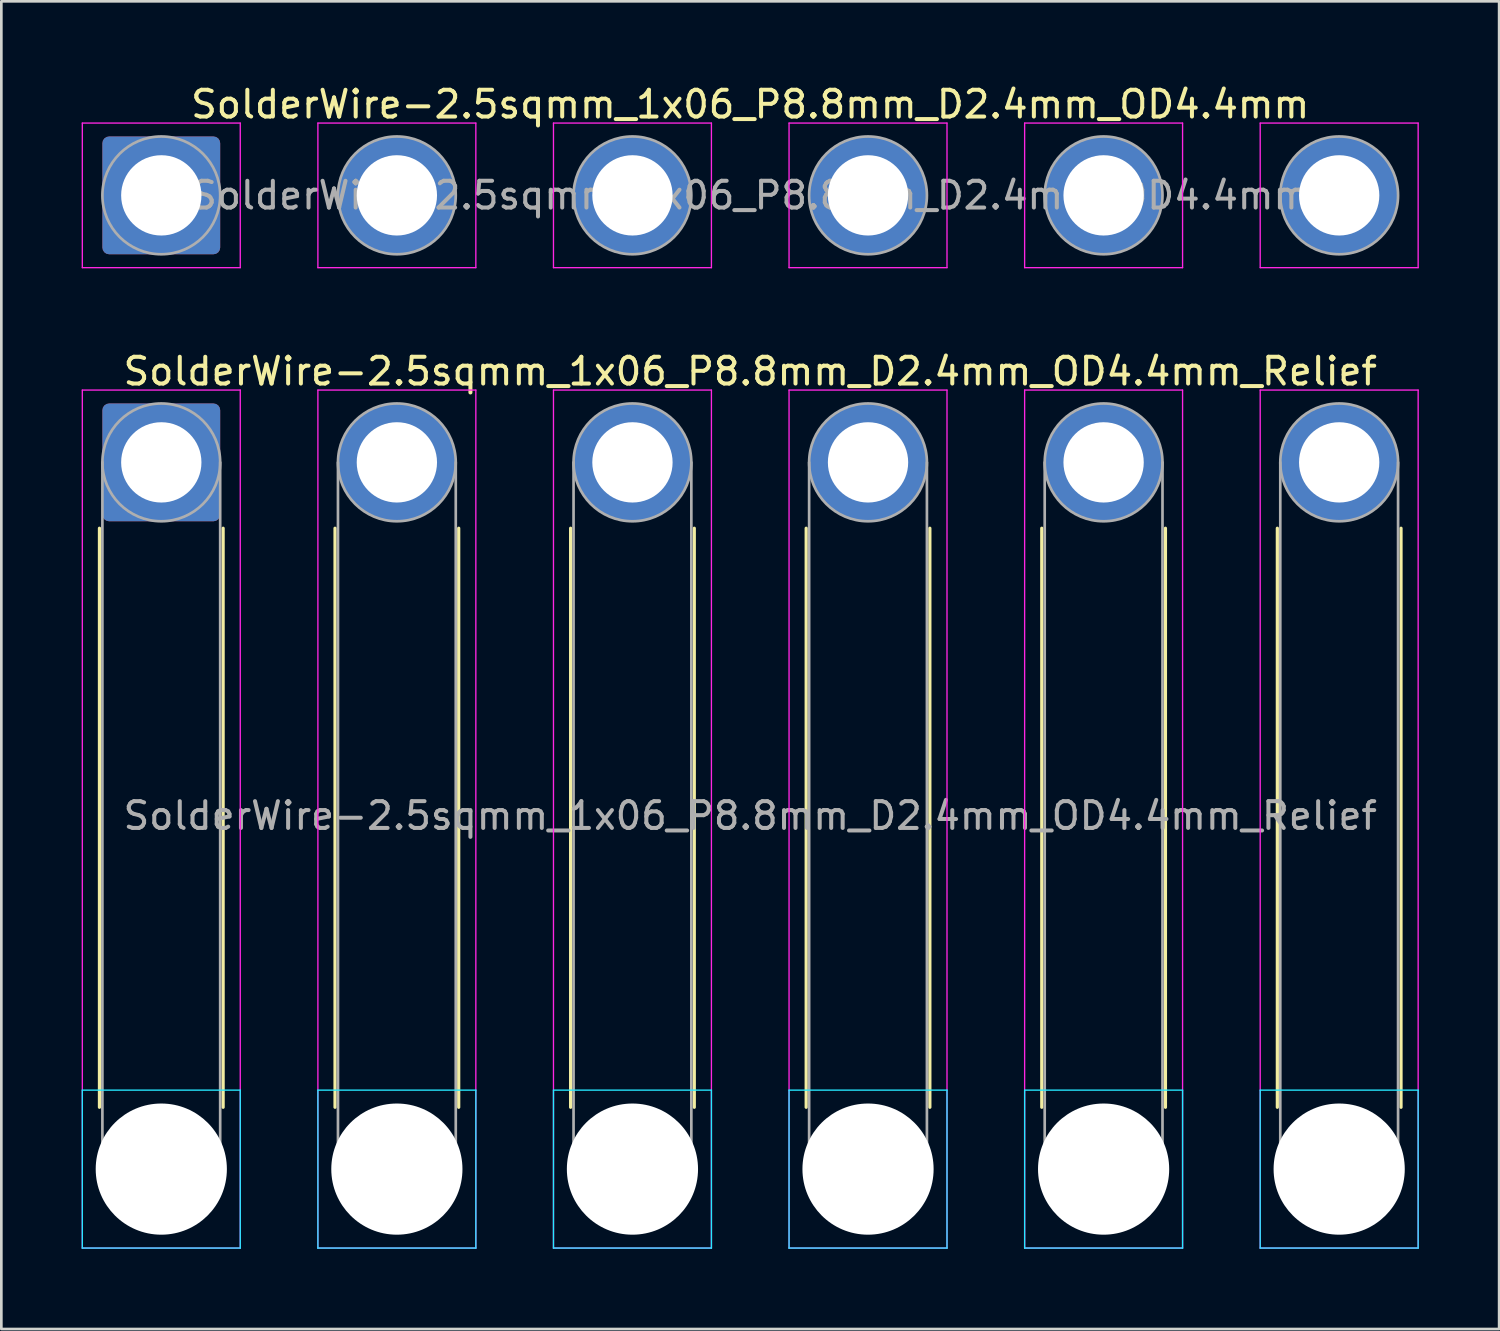
<source format=kicad_pcb>
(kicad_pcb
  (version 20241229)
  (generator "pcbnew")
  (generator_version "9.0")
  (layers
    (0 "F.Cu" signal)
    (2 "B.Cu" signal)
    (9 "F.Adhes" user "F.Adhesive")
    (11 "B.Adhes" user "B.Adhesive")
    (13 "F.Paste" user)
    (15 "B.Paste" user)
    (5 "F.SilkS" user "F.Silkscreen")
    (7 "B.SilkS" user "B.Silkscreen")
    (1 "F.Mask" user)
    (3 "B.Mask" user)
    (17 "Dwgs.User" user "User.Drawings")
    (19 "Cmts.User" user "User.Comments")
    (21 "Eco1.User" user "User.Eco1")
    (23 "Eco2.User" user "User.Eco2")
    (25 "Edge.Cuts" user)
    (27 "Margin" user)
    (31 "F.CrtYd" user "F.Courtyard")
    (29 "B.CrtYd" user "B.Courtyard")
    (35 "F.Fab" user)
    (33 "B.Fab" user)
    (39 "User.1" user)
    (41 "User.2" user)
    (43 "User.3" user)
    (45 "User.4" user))
  (footprint "SolderWire-2.5sqmm_1x06_P8.8mm_D2.4mm_OD4.4mm_Relief"
    (layer "F.Cu")
    (at 2.975 14.222)
    (property "Reference" "SolderWire-2.5sqmm_1x06_P8.8mm_D2.4mm_OD4.4mm_Relief" (at 22 -3.4 0) (layer "F.SilkS") (effects (font (size 1 1) (thickness 0.15))))
    (attr exclude_from_pos_files exclude_from_bom)
    (fp_line (start -2.31 2.46) (end -2.31 24.09) (stroke (width 0.12) (type solid)) (layer "F.SilkS"))
    (fp_line (start 2.31 2.46) (end 2.31 24.09) (stroke (width 0.12) (type solid)) (layer "F.SilkS"))
    (fp_line (start 6.49 2.46) (end 6.49 24.09) (stroke (width 0.12) (type solid)) (layer "F.SilkS"))
    (fp_line (start 11.11 2.46) (end 11.11 24.09) (stroke (width 0.12) (type solid)) (layer "F.SilkS"))
    (fp_line (start 15.29 2.46) (end 15.29 24.09) (stroke (width 0.12) (type solid)) (layer "F.SilkS"))
    (fp_line (start 19.91 2.46) (end 19.91 24.09) (stroke (width 0.12) (type solid)) (layer "F.SilkS"))
    (fp_line (start 24.09 2.46) (end 24.09 24.09) (stroke (width 0.12) (type solid)) (layer "F.SilkS"))
    (fp_line (start 28.71 2.46) (end 28.71 24.09) (stroke (width 0.12) (type solid)) (layer "F.SilkS"))
    (fp_line (start 32.89 2.46) (end 32.89 24.09) (stroke (width 0.12) (type solid)) (layer "F.SilkS"))
    (fp_line (start 37.51 2.46) (end 37.51 24.09) (stroke (width 0.12) (type solid)) (layer "F.SilkS"))
    (fp_line (start 41.69 2.46) (end 41.69 24.09) (stroke (width 0.12) (type solid)) (layer "F.SilkS"))
    (fp_line (start 46.31 2.46) (end 46.31 24.09) (stroke (width 0.12) (type solid)) (layer "F.SilkS"))
    (fp_line (start -2.95 23.45) (end -2.95 29.35) (stroke (width 0.05) (type solid)) (layer "B.CrtYd"))
    (fp_line (start -2.95 29.35) (end 2.95 29.35) (stroke (width 0.05) (type solid)) (layer "B.CrtYd"))
    (fp_line (start 2.95 23.45) (end -2.95 23.45) (stroke (width 0.05) (type solid)) (layer "B.CrtYd"))
    (fp_line (start 2.95 29.35) (end 2.95 23.45) (stroke (width 0.05) (type solid)) (layer "B.CrtYd"))
    (fp_line (start 5.85 23.45) (end 5.85 29.35) (stroke (width 0.05) (type solid)) (layer "B.CrtYd"))
    (fp_line (start 5.85 29.35) (end 11.75 29.35) (stroke (width 0.05) (type solid)) (layer "B.CrtYd"))
    (fp_line (start 11.75 23.45) (end 5.85 23.45) (stroke (width 0.05) (type solid)) (layer "B.CrtYd"))
    (fp_line (start 11.75 29.35) (end 11.75 23.45) (stroke (width 0.05) (type solid)) (layer "B.CrtYd"))
    (fp_line (start 14.65 23.45) (end 14.65 29.35) (stroke (width 0.05) (type solid)) (layer "B.CrtYd"))
    (fp_line (start 14.65 29.35) (end 20.55 29.35) (stroke (width 0.05) (type solid)) (layer "B.CrtYd"))
    (fp_line (start 20.55 23.45) (end 14.65 23.45) (stroke (width 0.05) (type solid)) (layer "B.CrtYd"))
    (fp_line (start 20.55 29.35) (end 20.55 23.45) (stroke (width 0.05) (type solid)) (layer "B.CrtYd"))
    (fp_line (start 23.45 23.45) (end 23.45 29.35) (stroke (width 0.05) (type solid)) (layer "B.CrtYd"))
    (fp_line (start 23.45 29.35) (end 29.35 29.35) (stroke (width 0.05) (type solid)) (layer "B.CrtYd"))
    (fp_line (start 29.35 23.45) (end 23.45 23.45) (stroke (width 0.05) (type solid)) (layer "B.CrtYd"))
    (fp_line (start 29.35 29.35) (end 29.35 23.45) (stroke (width 0.05) (type solid)) (layer "B.CrtYd"))
    (fp_line (start 32.25 23.45) (end 32.25 29.35) (stroke (width 0.05) (type solid)) (layer "B.CrtYd"))
    (fp_line (start 32.25 29.35) (end 38.15 29.35) (stroke (width 0.05) (type solid)) (layer "B.CrtYd"))
    (fp_line (start 38.15 23.45) (end 32.25 23.45) (stroke (width 0.05) (type solid)) (layer "B.CrtYd"))
    (fp_line (start 38.15 29.35) (end 38.15 23.45) (stroke (width 0.05) (type solid)) (layer "B.CrtYd"))
    (fp_line (start 41.05 23.45) (end 41.05 29.35) (stroke (width 0.05) (type solid)) (layer "B.CrtYd"))
    (fp_line (start 41.05 29.35) (end 46.95 29.35) (stroke (width 0.05) (type solid)) (layer "B.CrtYd"))
    (fp_line (start 46.95 23.45) (end 41.05 23.45) (stroke (width 0.05) (type solid)) (layer "B.CrtYd"))
    (fp_line (start 46.95 29.35) (end 46.95 23.45) (stroke (width 0.05) (type solid)) (layer "B.CrtYd"))
    (fp_line (start -2.95 -2.7) (end -2.95 29.35) (stroke (width 0.05) (type solid)) (layer "F.CrtYd"))
    (fp_line (start -2.95 29.35) (end 2.95 29.35) (stroke (width 0.05) (type solid)) (layer "F.CrtYd"))
    (fp_line (start 2.95 -2.7) (end -2.95 -2.7) (stroke (width 0.05) (type solid)) (layer "F.CrtYd"))
    (fp_line (start 2.95 29.35) (end 2.95 -2.7) (stroke (width 0.05) (type solid)) (layer "F.CrtYd"))
    (fp_line (start 5.85 -2.7) (end 5.85 29.35) (stroke (width 0.05) (type solid)) (layer "F.CrtYd"))
    (fp_line (start 5.85 29.35) (end 11.75 29.35) (stroke (width 0.05) (type solid)) (layer "F.CrtYd"))
    (fp_line (start 11.75 -2.7) (end 5.85 -2.7) (stroke (width 0.05) (type solid)) (layer "F.CrtYd"))
    (fp_line (start 11.75 29.35) (end 11.75 -2.7) (stroke (width 0.05) (type solid)) (layer "F.CrtYd"))
    (fp_line (start 14.65 -2.7) (end 14.65 29.35) (stroke (width 0.05) (type solid)) (layer "F.CrtYd"))
    (fp_line (start 14.65 29.35) (end 20.55 29.35) (stroke (width 0.05) (type solid)) (layer "F.CrtYd"))
    (fp_line (start 20.55 -2.7) (end 14.65 -2.7) (stroke (width 0.05) (type solid)) (layer "F.CrtYd"))
    (fp_line (start 20.55 29.35) (end 20.55 -2.7) (stroke (width 0.05) (type solid)) (layer "F.CrtYd"))
    (fp_line (start 23.45 -2.7) (end 23.45 29.35) (stroke (width 0.05) (type solid)) (layer "F.CrtYd"))
    (fp_line (start 23.45 29.35) (end 29.35 29.35) (stroke (width 0.05) (type solid)) (layer "F.CrtYd"))
    (fp_line (start 29.35 -2.7) (end 23.45 -2.7) (stroke (width 0.05) (type solid)) (layer "F.CrtYd"))
    (fp_line (start 29.35 29.35) (end 29.35 -2.7) (stroke (width 0.05) (type solid)) (layer "F.CrtYd"))
    (fp_line (start 32.25 -2.7) (end 32.25 29.35) (stroke (width 0.05) (type solid)) (layer "F.CrtYd"))
    (fp_line (start 32.25 29.35) (end 38.15 29.35) (stroke (width 0.05) (type solid)) (layer "F.CrtYd"))
    (fp_line (start 38.15 -2.7) (end 32.25 -2.7) (stroke (width 0.05) (type solid)) (layer "F.CrtYd"))
    (fp_line (start 38.15 29.35) (end 38.15 -2.7) (stroke (width 0.05) (type solid)) (layer "F.CrtYd"))
    (fp_line (start 41.05 -2.7) (end 41.05 29.35) (stroke (width 0.05) (type solid)) (layer "F.CrtYd"))
    (fp_line (start 41.05 29.35) (end 46.95 29.35) (stroke (width 0.05) (type solid)) (layer "F.CrtYd"))
    (fp_line (start 46.95 -2.7) (end 41.05 -2.7) (stroke (width 0.05) (type solid)) (layer "F.CrtYd"))
    (fp_line (start 46.95 29.35) (end 46.95 -2.7) (stroke (width 0.05) (type solid)) (layer "F.CrtYd"))
    (fp_line (start -2.2 0) (end -2.2 26.4) (stroke (width 0.1) (type solid)) (layer "F.Fab"))
    (fp_line (start 2.2 0) (end 2.2 26.4) (stroke (width 0.1) (type solid)) (layer "F.Fab"))
    (fp_line (start 6.6 0) (end 6.6 26.4) (stroke (width 0.1) (type solid)) (layer "F.Fab"))
    (fp_line (start 11 0) (end 11 26.4) (stroke (width 0.1) (type solid)) (layer "F.Fab"))
    (fp_line (start 15.4 0) (end 15.4 26.4) (stroke (width 0.1) (type solid)) (layer "F.Fab"))
    (fp_line (start 19.8 0) (end 19.8 26.4) (stroke (width 0.1) (type solid)) (layer "F.Fab"))
    (fp_line (start 24.2 0) (end 24.2 26.4) (stroke (width 0.1) (type solid)) (layer "F.Fab"))
    (fp_line (start 28.6 0) (end 28.6 26.4) (stroke (width 0.1) (type solid)) (layer "F.Fab"))
    (fp_line (start 33 0) (end 33 26.4) (stroke (width 0.1) (type solid)) (layer "F.Fab"))
    (fp_line (start 37.4 0) (end 37.4 26.4) (stroke (width 0.1) (type solid)) (layer "F.Fab"))
    (fp_line (start 41.8 0) (end 41.8 26.4) (stroke (width 0.1) (type solid)) (layer "F.Fab"))
    (fp_line (start 46.2 0) (end 46.2 26.4) (stroke (width 0.1) (type solid)) (layer "F.Fab"))
    (fp_circle (center 0 0) (end 2.2 0) (stroke (width 0.1) (type solid)) (fill no) (layer "F.Fab"))
    (fp_circle (center 0 26.4) (end 2.2 26.4) (stroke (width 0.1) (type solid)) (fill no) (layer "F.Fab"))
    (fp_circle (center 8.8 0) (end 11 0) (stroke (width 0.1) (type solid)) (fill no) (layer "F.Fab"))
    (fp_circle (center 8.8 26.4) (end 11 26.4) (stroke (width 0.1) (type solid)) (fill no) (layer "F.Fab"))
    (fp_circle (center 17.6 0) (end 19.8 0) (stroke (width 0.1) (type solid)) (fill no) (layer "F.Fab"))
    (fp_circle (center 17.6 26.4) (end 19.8 26.4) (stroke (width 0.1) (type solid)) (fill no) (layer "F.Fab"))
    (fp_circle (center 26.4 0) (end 28.6 0) (stroke (width 0.1) (type solid)) (fill no) (layer "F.Fab"))
    (fp_circle (center 26.4 26.4) (end 28.6 26.4) (stroke (width 0.1) (type solid)) (fill no) (layer "F.Fab"))
    (fp_circle (center 35.2 0) (end 37.4 0) (stroke (width 0.1) (type solid)) (fill no) (layer "F.Fab"))
    (fp_circle (center 35.2 26.4) (end 37.4 26.4) (stroke (width 0.1) (type solid)) (fill no) (layer "F.Fab"))
    (fp_circle (center 44 0) (end 46.2 0) (stroke (width 0.1) (type solid)) (fill no) (layer "F.Fab"))
    (fp_circle (center 44 26.4) (end 46.2 26.4) (stroke (width 0.1) (type solid)) (fill no) (layer "F.Fab"))
    (fp_text user "${REFERENCE}" (at 22 13.2 0) (layer "F.Fab") (effects (font (size 1 1) (thickness 0.15))))
    (pad "" np_thru_hole circle (at 0 26.4) (size 4.9 4.9) (drill 4.9) (layers "*.Cu" "*.Mask"))
    (pad "" np_thru_hole circle (at 8.8 26.4) (size 4.9 4.9) (drill 4.9) (layers "*.Cu" "*.Mask"))
    (pad "" np_thru_hole circle (at 17.6 26.4) (size 4.9 4.9) (drill 4.9) (layers "*.Cu" "*.Mask"))
    (pad "" np_thru_hole circle (at 26.4 26.4) (size 4.9 4.9) (drill 4.9) (layers "*.Cu" "*.Mask"))
    (pad "" np_thru_hole circle (at 35.2 26.4) (size 4.9 4.9) (drill 4.9) (layers "*.Cu" "*.Mask"))
    (pad "" np_thru_hole circle (at 44 26.4) (size 4.9 4.9) (drill 4.9) (layers "*.Cu" "*.Mask"))
    (pad "1" thru_hole roundrect (at 0 0) (size 4.4 4.4) (drill 3) (layers "*.Cu" "*.Mask") (roundrect_rratio 0.057))
    (pad "2" thru_hole circle (at 8.8 0) (size 4.4 4.4) (drill 3) (layers "*.Cu" "*.Mask"))
    (pad "3" thru_hole circle (at 17.6 0) (size 4.4 4.4) (drill 3) (layers "*.Cu" "*.Mask"))
    (pad "4" thru_hole circle (at 26.4 0) (size 4.4 4.4) (drill 3) (layers "*.Cu" "*.Mask"))
    (pad "5" thru_hole circle (at 35.2 0) (size 4.4 4.4) (drill 3) (layers "*.Cu" "*.Mask"))
    (pad "6" thru_hole circle (at 44 0) (size 4.4 4.4) (drill 3) (layers "*.Cu" "*.Mask")))
  (footprint "SolderWire-2.5sqmm_1x06_P8.8mm_D2.4mm_OD4.4mm"
    (layer "F.Cu")
    (at 2.975 4.248)
    (property "Reference" "SolderWire-2.5sqmm_1x06_P8.8mm_D2.4mm_OD4.4mm" (at 22 -3.4 0) (layer "F.SilkS") (effects (font (size 1 1) (thickness 0.15))))
    (attr exclude_from_pos_files exclude_from_bom)
    (fp_line (start -2.95 -2.7) (end -2.95 2.7) (stroke (width 0.05) (type solid)) (layer "F.CrtYd"))
    (fp_line (start -2.95 2.7) (end 2.95 2.7) (stroke (width 0.05) (type solid)) (layer "F.CrtYd"))
    (fp_line (start 2.95 -2.7) (end -2.95 -2.7) (stroke (width 0.05) (type solid)) (layer "F.CrtYd"))
    (fp_line (start 2.95 2.7) (end 2.95 -2.7) (stroke (width 0.05) (type solid)) (layer "F.CrtYd"))
    (fp_line (start 5.85 -2.7) (end 5.85 2.7) (stroke (width 0.05) (type solid)) (layer "F.CrtYd"))
    (fp_line (start 5.85 2.7) (end 11.75 2.7) (stroke (width 0.05) (type solid)) (layer "F.CrtYd"))
    (fp_line (start 11.75 -2.7) (end 5.85 -2.7) (stroke (width 0.05) (type solid)) (layer "F.CrtYd"))
    (fp_line (start 11.75 2.7) (end 11.75 -2.7) (stroke (width 0.05) (type solid)) (layer "F.CrtYd"))
    (fp_line (start 14.65 -2.7) (end 14.65 2.7) (stroke (width 0.05) (type solid)) (layer "F.CrtYd"))
    (fp_line (start 14.65 2.7) (end 20.55 2.7) (stroke (width 0.05) (type solid)) (layer "F.CrtYd"))
    (fp_line (start 20.55 -2.7) (end 14.65 -2.7) (stroke (width 0.05) (type solid)) (layer "F.CrtYd"))
    (fp_line (start 20.55 2.7) (end 20.55 -2.7) (stroke (width 0.05) (type solid)) (layer "F.CrtYd"))
    (fp_line (start 23.45 -2.7) (end 23.45 2.7) (stroke (width 0.05) (type solid)) (layer "F.CrtYd"))
    (fp_line (start 23.45 2.7) (end 29.35 2.7) (stroke (width 0.05) (type solid)) (layer "F.CrtYd"))
    (fp_line (start 29.35 -2.7) (end 23.45 -2.7) (stroke (width 0.05) (type solid)) (layer "F.CrtYd"))
    (fp_line (start 29.35 2.7) (end 29.35 -2.7) (stroke (width 0.05) (type solid)) (layer "F.CrtYd"))
    (fp_line (start 32.25 -2.7) (end 32.25 2.7) (stroke (width 0.05) (type solid)) (layer "F.CrtYd"))
    (fp_line (start 32.25 2.7) (end 38.15 2.7) (stroke (width 0.05) (type solid)) (layer "F.CrtYd"))
    (fp_line (start 38.15 -2.7) (end 32.25 -2.7) (stroke (width 0.05) (type solid)) (layer "F.CrtYd"))
    (fp_line (start 38.15 2.7) (end 38.15 -2.7) (stroke (width 0.05) (type solid)) (layer "F.CrtYd"))
    (fp_line (start 41.05 -2.7) (end 41.05 2.7) (stroke (width 0.05) (type solid)) (layer "F.CrtYd"))
    (fp_line (start 41.05 2.7) (end 46.95 2.7) (stroke (width 0.05) (type solid)) (layer "F.CrtYd"))
    (fp_line (start 46.95 -2.7) (end 41.05 -2.7) (stroke (width 0.05) (type solid)) (layer "F.CrtYd"))
    (fp_line (start 46.95 2.7) (end 46.95 -2.7) (stroke (width 0.05) (type solid)) (layer "F.CrtYd"))
    (fp_circle (center 0 0) (end 2.2 0) (stroke (width 0.1) (type solid)) (fill no) (layer "F.Fab"))
    (fp_circle (center 8.8 0) (end 11 0) (stroke (width 0.1) (type solid)) (fill no) (layer "F.Fab"))
    (fp_circle (center 17.6 0) (end 19.8 0) (stroke (width 0.1) (type solid)) (fill no) (layer "F.Fab"))
    (fp_circle (center 26.4 0) (end 28.6 0) (stroke (width 0.1) (type solid)) (fill no) (layer "F.Fab"))
    (fp_circle (center 35.2 0) (end 37.4 0) (stroke (width 0.1) (type solid)) (fill no) (layer "F.Fab"))
    (fp_circle (center 44 0) (end 46.2 0) (stroke (width 0.1) (type solid)) (fill no) (layer "F.Fab"))
    (fp_text user "${REFERENCE}" (at 22 0 0) (layer "F.Fab") (effects (font (size 1 1) (thickness 0.15))))
    (pad "1" thru_hole roundrect (at 0 0) (size 4.4 4.4) (drill 3) (layers "*.Cu" "*.Mask") (roundrect_rratio 0.057))
    (pad "2" thru_hole circle (at 8.8 0) (size 4.4 4.4) (drill 3) (layers "*.Cu" "*.Mask"))
    (pad "3" thru_hole circle (at 17.6 0) (size 4.4 4.4) (drill 3) (layers "*.Cu" "*.Mask"))
    (pad "4" thru_hole circle (at 26.4 0) (size 4.4 4.4) (drill 3) (layers "*.Cu" "*.Mask"))
    (pad "5" thru_hole circle (at 35.2 0) (size 4.4 4.4) (drill 3) (layers "*.Cu" "*.Mask"))
    (pad "6" thru_hole circle (at 44 0) (size 4.4 4.4) (drill 3) (layers "*.Cu" "*.Mask")))
  (gr_rect
    (start -3 -3)
    (end 52.95 46.596)
    (stroke (width 0.1) (type default))
    (fill no)
    (layer "Edge.Cuts")))
</source>
